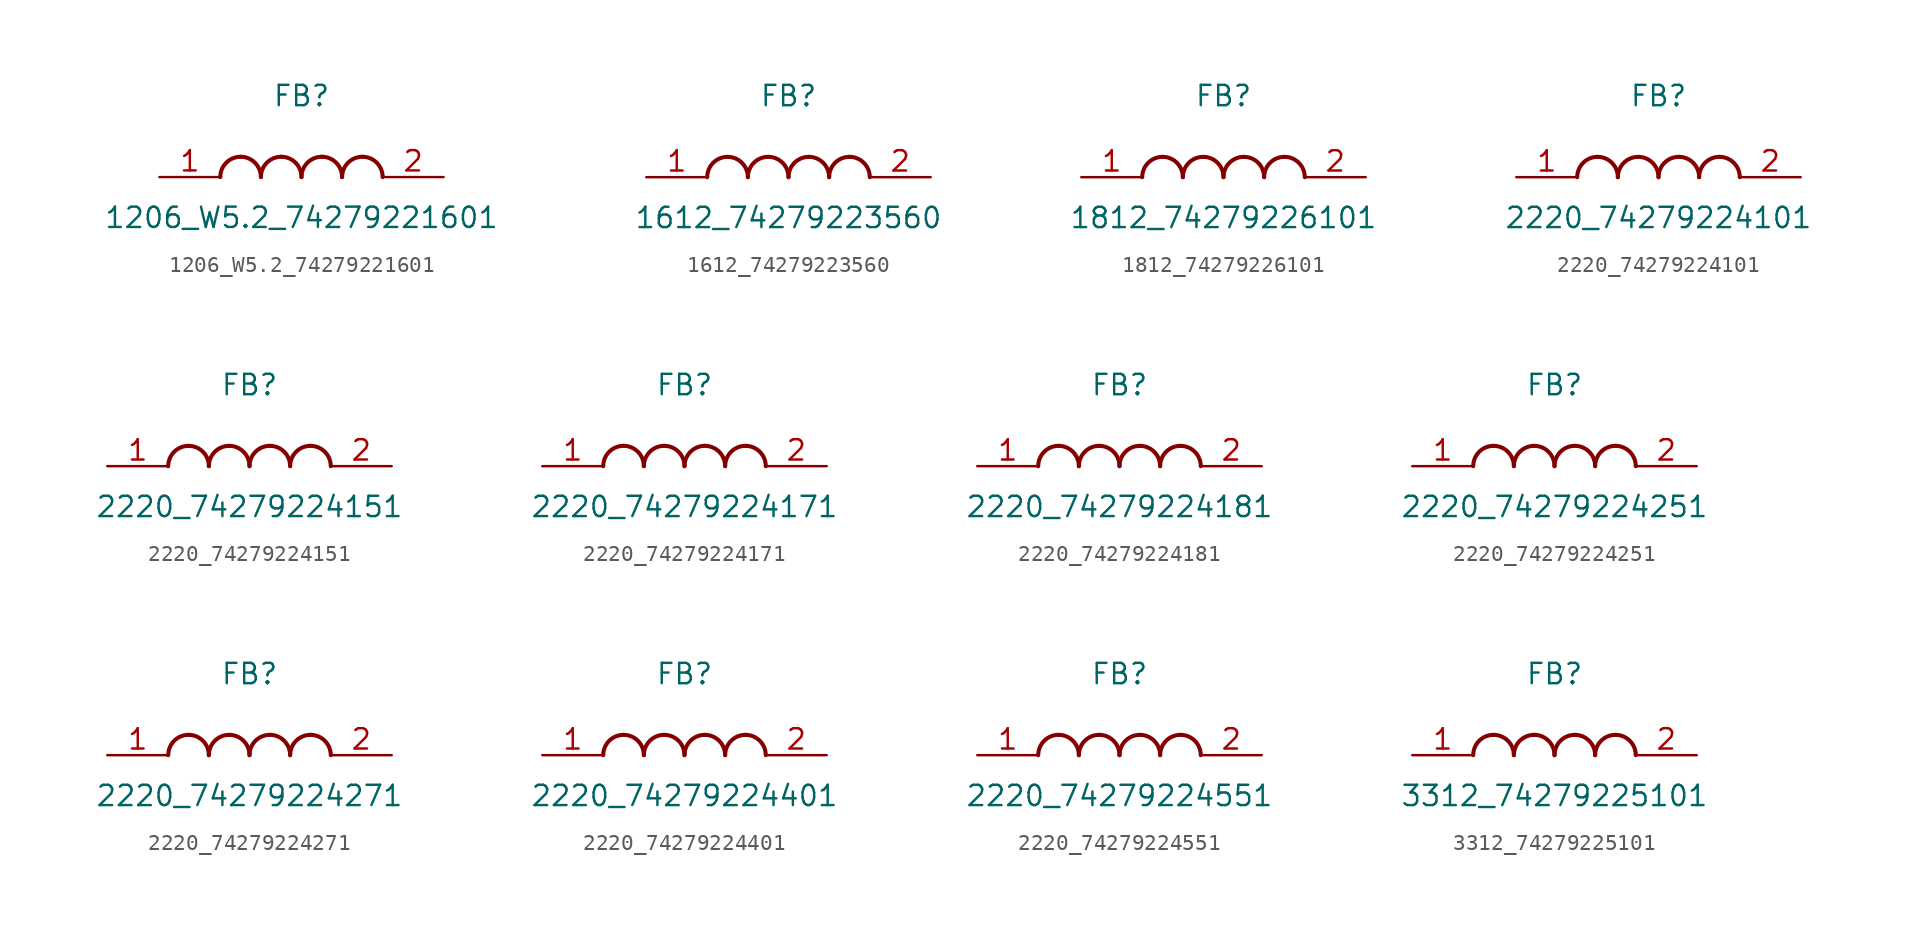
<source format=kicad_sym>
(kicad_symbol_lib
  (version 20211014)
  (generator kicad_symbol_editor)
  (symbol "Ferrite_Wurth_WE-MPSB:1206_W5.2_74279221601"
    (pin_names hide)
    (property "Reference" "FB"
      (at 0 5.08 0)
      (effects (font (size 1.27 1.27))))
    (property "Value" "1206_W5.2_74279221601"
      (at 0 -2.54 0)
      (effects (font (size 1.27 1.27))))
    (symbol "1206_W5.2_74279221601_0_1"
      (arc (start -3.81 1.27) (mid -4.708 0.898) (end -5.08 0) (stroke (width 0.254) (type default)) (fill (type none)))
      (arc (start -2.54 0) (mid -2.912 0.898) (end -3.81 1.27) (stroke (width 0.254) (type default)) (fill (type none)))
      (arc (start -1.2699 1.2701) (mid -2.1679 0.8981) (end -2.5399 0.0001) (stroke (width 0.254) (type default)) (fill (type none)))
      (arc (start 0.0001 0.0001) (mid -0.3719 0.8981) (end -1.2699 1.2701) (stroke (width 0.254) (type default)) (fill (type none)))
      (arc (start 1.2701 1.2701) (mid 0.3721 0.8981) (end 0.0001 0.0001) (stroke (width 0.254) (type default)) (fill (type none)))
      (arc (start 2.5401 0.0001) (mid 2.1681 0.8981) (end 1.2701 1.2701) (stroke (width 0.254) (type default)) (fill (type none)))
      (arc (start 3.8101 1.2701) (mid 2.9121 0.8981) (end 2.5401 0.0001) (stroke (width 0.254) (type default)) (fill (type none)))
      (arc (start 5.0801 0.0001) (mid 4.7081 0.8981) (end 3.8101 1.2701) (stroke (width 0.254) (type default)) (fill (type none))))
    (symbol "1206_W5.2_74279221601_1_1"
      (pin passive line (at -8.89 0 0) (length 3.81) (name "1" (effects (font (size 1.27 1.27)))) (number "1" (effects (font (size 1.27 1.27)))))
      (pin passive line (at 8.89 0 180) (length 3.81) (name "2" (effects (font (size 1.27 1.27)))) (number "2" (effects (font (size 1.27 1.27)))))))
  (symbol "Ferrite_Wurth_WE-MPSB:1612_74279223560"
    (pin_names hide)
    (property "Reference" "FB"
      (at 0 5.08 0)
      (effects (font (size 1.27 1.27))))
    (property "Value" "1612_74279223560"
      (at 0 -2.54 0)
      (effects (font (size 1.27 1.27))))
    (symbol "1612_74279223560_0_1"
      (arc (start -3.81 1.27) (mid -4.708 0.898) (end -5.08 0) (stroke (width 0.254) (type default)) (fill (type none)))
      (arc (start -2.54 0) (mid -2.912 0.898) (end -3.81 1.27) (stroke (width 0.254) (type default)) (fill (type none)))
      (arc (start -1.2699 1.2701) (mid -2.1679 0.8981) (end -2.5399 0.0001) (stroke (width 0.254) (type default)) (fill (type none)))
      (arc (start 0.0001 0.0001) (mid -0.3719 0.8981) (end -1.2699 1.2701) (stroke (width 0.254) (type default)) (fill (type none)))
      (arc (start 1.2701 1.2701) (mid 0.3721 0.8981) (end 0.0001 0.0001) (stroke (width 0.254) (type default)) (fill (type none)))
      (arc (start 2.5401 0.0001) (mid 2.1681 0.8981) (end 1.2701 1.2701) (stroke (width 0.254) (type default)) (fill (type none)))
      (arc (start 3.8101 1.2701) (mid 2.9121 0.8981) (end 2.5401 0.0001) (stroke (width 0.254) (type default)) (fill (type none)))
      (arc (start 5.0801 0.0001) (mid 4.7081 0.8981) (end 3.8101 1.2701) (stroke (width 0.254) (type default)) (fill (type none))))
    (symbol "1612_74279223560_1_1"
      (pin passive line (at -8.89 0 0) (length 3.81) (name "1" (effects (font (size 1.27 1.27)))) (number "1" (effects (font (size 1.27 1.27)))))
      (pin passive line (at 8.89 0 180) (length 3.81) (name "2" (effects (font (size 1.27 1.27)))) (number "2" (effects (font (size 1.27 1.27)))))))
  (symbol "Ferrite_Wurth_WE-MPSB:1812_74279226101"
    (pin_names hide)
    (property "Reference" "FB"
      (at 0 5.08 0)
      (effects (font (size 1.27 1.27))))
    (property "Value" "1812_74279226101"
      (at 0 -2.54 0)
      (effects (font (size 1.27 1.27))))
    (symbol "1812_74279226101_0_1"
      (arc (start -3.81 1.27) (mid -4.708 0.898) (end -5.08 0) (stroke (width 0.254) (type default)) (fill (type none)))
      (arc (start -2.54 0) (mid -2.912 0.898) (end -3.81 1.27) (stroke (width 0.254) (type default)) (fill (type none)))
      (arc (start -1.2699 1.2701) (mid -2.1679 0.8981) (end -2.5399 0.0001) (stroke (width 0.254) (type default)) (fill (type none)))
      (arc (start 0.0001 0.0001) (mid -0.3719 0.8981) (end -1.2699 1.2701) (stroke (width 0.254) (type default)) (fill (type none)))
      (arc (start 1.2701 1.2701) (mid 0.3721 0.8981) (end 0.0001 0.0001) (stroke (width 0.254) (type default)) (fill (type none)))
      (arc (start 2.5401 0.0001) (mid 2.1681 0.8981) (end 1.2701 1.2701) (stroke (width 0.254) (type default)) (fill (type none)))
      (arc (start 3.8101 1.2701) (mid 2.9121 0.8981) (end 2.5401 0.0001) (stroke (width 0.254) (type default)) (fill (type none)))
      (arc (start 5.0801 0.0001) (mid 4.7081 0.8981) (end 3.8101 1.2701) (stroke (width 0.254) (type default)) (fill (type none))))
    (symbol "1812_74279226101_1_1"
      (pin passive line (at -8.89 0 0) (length 3.81) (name "1" (effects (font (size 1.27 1.27)))) (number "1" (effects (font (size 1.27 1.27)))))
      (pin passive line (at 8.89 0 180) (length 3.81) (name "2" (effects (font (size 1.27 1.27)))) (number "2" (effects (font (size 1.27 1.27)))))))
  (symbol "Ferrite_Wurth_WE-MPSB:2220_74279224101"
    (pin_names hide)
    (property "Reference" "FB"
      (at 0 5.08 0)
      (effects (font (size 1.27 1.27))))
    (property "Value" "2220_74279224101"
      (at 0 -2.54 0)
      (effects (font (size 1.27 1.27))))
    (symbol "2220_74279224101_0_1"
      (arc (start -3.81 1.27) (mid -4.708 0.898) (end -5.08 0) (stroke (width 0.254) (type default)) (fill (type none)))
      (arc (start -2.54 0) (mid -2.912 0.898) (end -3.81 1.27) (stroke (width 0.254) (type default)) (fill (type none)))
      (arc (start -1.2699 1.2701) (mid -2.1679 0.8981) (end -2.5399 0.0001) (stroke (width 0.254) (type default)) (fill (type none)))
      (arc (start 0.0001 0.0001) (mid -0.3719 0.8981) (end -1.2699 1.2701) (stroke (width 0.254) (type default)) (fill (type none)))
      (arc (start 1.2701 1.2701) (mid 0.3721 0.8981) (end 0.0001 0.0001) (stroke (width 0.254) (type default)) (fill (type none)))
      (arc (start 2.5401 0.0001) (mid 2.1681 0.8981) (end 1.2701 1.2701) (stroke (width 0.254) (type default)) (fill (type none)))
      (arc (start 3.8101 1.2701) (mid 2.9121 0.8981) (end 2.5401 0.0001) (stroke (width 0.254) (type default)) (fill (type none)))
      (arc (start 5.0801 0.0001) (mid 4.7081 0.8981) (end 3.8101 1.2701) (stroke (width 0.254) (type default)) (fill (type none))))
    (symbol "2220_74279224101_1_1"
      (pin passive line (at -8.89 0 0) (length 3.81) (name "1" (effects (font (size 1.27 1.27)))) (number "1" (effects (font (size 1.27 1.27)))))
      (pin passive line (at 8.89 0 180) (length 3.81) (name "2" (effects (font (size 1.27 1.27)))) (number "2" (effects (font (size 1.27 1.27)))))))
  (symbol "Ferrite_Wurth_WE-MPSB:2220_74279224151"
    (pin_names hide)
    (property "Reference" "FB"
      (at 0 5.08 0)
      (effects (font (size 1.27 1.27))))
    (property "Value" "2220_74279224151"
      (at 0 -2.54 0)
      (effects (font (size 1.27 1.27))))
    (symbol "2220_74279224151_0_1"
      (arc (start -3.81 1.27) (mid -4.708 0.898) (end -5.08 0) (stroke (width 0.254) (type default)) (fill (type none)))
      (arc (start -2.54 0) (mid -2.912 0.898) (end -3.81 1.27) (stroke (width 0.254) (type default)) (fill (type none)))
      (arc (start -1.2699 1.2701) (mid -2.1679 0.8981) (end -2.5399 0.0001) (stroke (width 0.254) (type default)) (fill (type none)))
      (arc (start 0.0001 0.0001) (mid -0.3719 0.8981) (end -1.2699 1.2701) (stroke (width 0.254) (type default)) (fill (type none)))
      (arc (start 1.2701 1.2701) (mid 0.3721 0.8981) (end 0.0001 0.0001) (stroke (width 0.254) (type default)) (fill (type none)))
      (arc (start 2.5401 0.0001) (mid 2.1681 0.8981) (end 1.2701 1.2701) (stroke (width 0.254) (type default)) (fill (type none)))
      (arc (start 3.8101 1.2701) (mid 2.9121 0.8981) (end 2.5401 0.0001) (stroke (width 0.254) (type default)) (fill (type none)))
      (arc (start 5.0801 0.0001) (mid 4.7081 0.8981) (end 3.8101 1.2701) (stroke (width 0.254) (type default)) (fill (type none))))
    (symbol "2220_74279224151_1_1"
      (pin passive line (at -8.89 0 0) (length 3.81) (name "1" (effects (font (size 1.27 1.27)))) (number "1" (effects (font (size 1.27 1.27)))))
      (pin passive line (at 8.89 0 180) (length 3.81) (name "2" (effects (font (size 1.27 1.27)))) (number "2" (effects (font (size 1.27 1.27)))))))
  (symbol "Ferrite_Wurth_WE-MPSB:2220_74279224171"
    (pin_names hide)
    (property "Reference" "FB"
      (at 0 5.08 0)
      (effects (font (size 1.27 1.27))))
    (property "Value" "2220_74279224171"
      (at 0 -2.54 0)
      (effects (font (size 1.27 1.27))))
    (symbol "2220_74279224171_0_1"
      (arc (start -3.81 1.27) (mid -4.708 0.898) (end -5.08 0) (stroke (width 0.254) (type default)) (fill (type none)))
      (arc (start -2.54 0) (mid -2.912 0.898) (end -3.81 1.27) (stroke (width 0.254) (type default)) (fill (type none)))
      (arc (start -1.2699 1.2701) (mid -2.1679 0.8981) (end -2.5399 0.0001) (stroke (width 0.254) (type default)) (fill (type none)))
      (arc (start 0.0001 0.0001) (mid -0.3719 0.8981) (end -1.2699 1.2701) (stroke (width 0.254) (type default)) (fill (type none)))
      (arc (start 1.2701 1.2701) (mid 0.3721 0.8981) (end 0.0001 0.0001) (stroke (width 0.254) (type default)) (fill (type none)))
      (arc (start 2.5401 0.0001) (mid 2.1681 0.8981) (end 1.2701 1.2701) (stroke (width 0.254) (type default)) (fill (type none)))
      (arc (start 3.8101 1.2701) (mid 2.9121 0.8981) (end 2.5401 0.0001) (stroke (width 0.254) (type default)) (fill (type none)))
      (arc (start 5.0801 0.0001) (mid 4.7081 0.8981) (end 3.8101 1.2701) (stroke (width 0.254) (type default)) (fill (type none))))
    (symbol "2220_74279224171_1_1"
      (pin passive line (at -8.89 0 0) (length 3.81) (name "1" (effects (font (size 1.27 1.27)))) (number "1" (effects (font (size 1.27 1.27)))))
      (pin passive line (at 8.89 0 180) (length 3.81) (name "2" (effects (font (size 1.27 1.27)))) (number "2" (effects (font (size 1.27 1.27)))))))
  (symbol "Ferrite_Wurth_WE-MPSB:2220_74279224181"
    (pin_names hide)
    (property "Reference" "FB"
      (at 0 5.08 0)
      (effects (font (size 1.27 1.27))))
    (property "Value" "2220_74279224181"
      (at 0 -2.54 0)
      (effects (font (size 1.27 1.27))))
    (symbol "2220_74279224181_0_1"
      (arc (start -3.81 1.27) (mid -4.708 0.898) (end -5.08 0) (stroke (width 0.254) (type default)) (fill (type none)))
      (arc (start -2.54 0) (mid -2.912 0.898) (end -3.81 1.27) (stroke (width 0.254) (type default)) (fill (type none)))
      (arc (start -1.2699 1.2701) (mid -2.1679 0.8981) (end -2.5399 0.0001) (stroke (width 0.254) (type default)) (fill (type none)))
      (arc (start 0.0001 0.0001) (mid -0.3719 0.8981) (end -1.2699 1.2701) (stroke (width 0.254) (type default)) (fill (type none)))
      (arc (start 1.2701 1.2701) (mid 0.3721 0.8981) (end 0.0001 0.0001) (stroke (width 0.254) (type default)) (fill (type none)))
      (arc (start 2.5401 0.0001) (mid 2.1681 0.8981) (end 1.2701 1.2701) (stroke (width 0.254) (type default)) (fill (type none)))
      (arc (start 3.8101 1.2701) (mid 2.9121 0.8981) (end 2.5401 0.0001) (stroke (width 0.254) (type default)) (fill (type none)))
      (arc (start 5.0801 0.0001) (mid 4.7081 0.8981) (end 3.8101 1.2701) (stroke (width 0.254) (type default)) (fill (type none))))
    (symbol "2220_74279224181_1_1"
      (pin passive line (at -8.89 0 0) (length 3.81) (name "1" (effects (font (size 1.27 1.27)))) (number "1" (effects (font (size 1.27 1.27)))))
      (pin passive line (at 8.89 0 180) (length 3.81) (name "2" (effects (font (size 1.27 1.27)))) (number "2" (effects (font (size 1.27 1.27)))))))
  (symbol "Ferrite_Wurth_WE-MPSB:2220_74279224251"
    (pin_names hide)
    (property "Reference" "FB"
      (at 0 5.08 0)
      (effects (font (size 1.27 1.27))))
    (property "Value" "2220_74279224251"
      (at 0 -2.54 0)
      (effects (font (size 1.27 1.27))))
    (symbol "2220_74279224251_0_1"
      (arc (start -3.81 1.27) (mid -4.708 0.898) (end -5.08 0) (stroke (width 0.254) (type default)) (fill (type none)))
      (arc (start -2.54 0) (mid -2.912 0.898) (end -3.81 1.27) (stroke (width 0.254) (type default)) (fill (type none)))
      (arc (start -1.2699 1.2701) (mid -2.1679 0.8981) (end -2.5399 0.0001) (stroke (width 0.254) (type default)) (fill (type none)))
      (arc (start 0.0001 0.0001) (mid -0.3719 0.8981) (end -1.2699 1.2701) (stroke (width 0.254) (type default)) (fill (type none)))
      (arc (start 1.2701 1.2701) (mid 0.3721 0.8981) (end 0.0001 0.0001) (stroke (width 0.254) (type default)) (fill (type none)))
      (arc (start 2.5401 0.0001) (mid 2.1681 0.8981) (end 1.2701 1.2701) (stroke (width 0.254) (type default)) (fill (type none)))
      (arc (start 3.8101 1.2701) (mid 2.9121 0.8981) (end 2.5401 0.0001) (stroke (width 0.254) (type default)) (fill (type none)))
      (arc (start 5.0801 0.0001) (mid 4.7081 0.8981) (end 3.8101 1.2701) (stroke (width 0.254) (type default)) (fill (type none))))
    (symbol "2220_74279224251_1_1"
      (pin passive line (at -8.89 0 0) (length 3.81) (name "1" (effects (font (size 1.27 1.27)))) (number "1" (effects (font (size 1.27 1.27)))))
      (pin passive line (at 8.89 0 180) (length 3.81) (name "2" (effects (font (size 1.27 1.27)))) (number "2" (effects (font (size 1.27 1.27)))))))
  (symbol "Ferrite_Wurth_WE-MPSB:2220_74279224271"
    (pin_names hide)
    (property "Reference" "FB"
      (at 0 5.08 0)
      (effects (font (size 1.27 1.27))))
    (property "Value" "2220_74279224271"
      (at 0 -2.54 0)
      (effects (font (size 1.27 1.27))))
    (symbol "2220_74279224271_0_1"
      (arc (start -3.81 1.27) (mid -4.708 0.898) (end -5.08 0) (stroke (width 0.254) (type default)) (fill (type none)))
      (arc (start -2.54 0) (mid -2.912 0.898) (end -3.81 1.27) (stroke (width 0.254) (type default)) (fill (type none)))
      (arc (start -1.2699 1.2701) (mid -2.1679 0.8981) (end -2.5399 0.0001) (stroke (width 0.254) (type default)) (fill (type none)))
      (arc (start 0.0001 0.0001) (mid -0.3719 0.8981) (end -1.2699 1.2701) (stroke (width 0.254) (type default)) (fill (type none)))
      (arc (start 1.2701 1.2701) (mid 0.3721 0.8981) (end 0.0001 0.0001) (stroke (width 0.254) (type default)) (fill (type none)))
      (arc (start 2.5401 0.0001) (mid 2.1681 0.8981) (end 1.2701 1.2701) (stroke (width 0.254) (type default)) (fill (type none)))
      (arc (start 3.8101 1.2701) (mid 2.9121 0.8981) (end 2.5401 0.0001) (stroke (width 0.254) (type default)) (fill (type none)))
      (arc (start 5.0801 0.0001) (mid 4.7081 0.8981) (end 3.8101 1.2701) (stroke (width 0.254) (type default)) (fill (type none))))
    (symbol "2220_74279224271_1_1"
      (pin passive line (at -8.89 0 0) (length 3.81) (name "1" (effects (font (size 1.27 1.27)))) (number "1" (effects (font (size 1.27 1.27)))))
      (pin passive line (at 8.89 0 180) (length 3.81) (name "2" (effects (font (size 1.27 1.27)))) (number "2" (effects (font (size 1.27 1.27)))))))
  (symbol "Ferrite_Wurth_WE-MPSB:2220_74279224401"
    (pin_names hide)
    (property "Reference" "FB"
      (at 0 5.08 0)
      (effects (font (size 1.27 1.27))))
    (property "Value" "2220_74279224401"
      (at 0 -2.54 0)
      (effects (font (size 1.27 1.27))))
    (symbol "2220_74279224401_0_1"
      (arc (start -3.81 1.27) (mid -4.708 0.898) (end -5.08 0) (stroke (width 0.254) (type default)) (fill (type none)))
      (arc (start -2.54 0) (mid -2.912 0.898) (end -3.81 1.27) (stroke (width 0.254) (type default)) (fill (type none)))
      (arc (start -1.2699 1.2701) (mid -2.1679 0.8981) (end -2.5399 0.0001) (stroke (width 0.254) (type default)) (fill (type none)))
      (arc (start 0.0001 0.0001) (mid -0.3719 0.8981) (end -1.2699 1.2701) (stroke (width 0.254) (type default)) (fill (type none)))
      (arc (start 1.2701 1.2701) (mid 0.3721 0.8981) (end 0.0001 0.0001) (stroke (width 0.254) (type default)) (fill (type none)))
      (arc (start 2.5401 0.0001) (mid 2.1681 0.8981) (end 1.2701 1.2701) (stroke (width 0.254) (type default)) (fill (type none)))
      (arc (start 3.8101 1.2701) (mid 2.9121 0.8981) (end 2.5401 0.0001) (stroke (width 0.254) (type default)) (fill (type none)))
      (arc (start 5.0801 0.0001) (mid 4.7081 0.8981) (end 3.8101 1.2701) (stroke (width 0.254) (type default)) (fill (type none))))
    (symbol "2220_74279224401_1_1"
      (pin passive line (at -8.89 0 0) (length 3.81) (name "1" (effects (font (size 1.27 1.27)))) (number "1" (effects (font (size 1.27 1.27)))))
      (pin passive line (at 8.89 0 180) (length 3.81) (name "2" (effects (font (size 1.27 1.27)))) (number "2" (effects (font (size 1.27 1.27)))))))
  (symbol "Ferrite_Wurth_WE-MPSB:2220_74279224551"
    (pin_names hide)
    (property "Reference" "FB"
      (at 0 5.08 0)
      (effects (font (size 1.27 1.27))))
    (property "Value" "2220_74279224551"
      (at 0 -2.54 0)
      (effects (font (size 1.27 1.27))))
    (symbol "2220_74279224551_0_1"
      (arc (start -3.81 1.27) (mid -4.708 0.898) (end -5.08 0) (stroke (width 0.254) (type default)) (fill (type none)))
      (arc (start -2.54 0) (mid -2.912 0.898) (end -3.81 1.27) (stroke (width 0.254) (type default)) (fill (type none)))
      (arc (start -1.2699 1.2701) (mid -2.1679 0.8981) (end -2.5399 0.0001) (stroke (width 0.254) (type default)) (fill (type none)))
      (arc (start 0.0001 0.0001) (mid -0.3719 0.8981) (end -1.2699 1.2701) (stroke (width 0.254) (type default)) (fill (type none)))
      (arc (start 1.2701 1.2701) (mid 0.3721 0.8981) (end 0.0001 0.0001) (stroke (width 0.254) (type default)) (fill (type none)))
      (arc (start 2.5401 0.0001) (mid 2.1681 0.8981) (end 1.2701 1.2701) (stroke (width 0.254) (type default)) (fill (type none)))
      (arc (start 3.8101 1.2701) (mid 2.9121 0.8981) (end 2.5401 0.0001) (stroke (width 0.254) (type default)) (fill (type none)))
      (arc (start 5.0801 0.0001) (mid 4.7081 0.8981) (end 3.8101 1.2701) (stroke (width 0.254) (type default)) (fill (type none))))
    (symbol "2220_74279224551_1_1"
      (pin passive line (at -8.89 0 0) (length 3.81) (name "1" (effects (font (size 1.27 1.27)))) (number "1" (effects (font (size 1.27 1.27)))))
      (pin passive line (at 8.89 0 180) (length 3.81) (name "2" (effects (font (size 1.27 1.27)))) (number "2" (effects (font (size 1.27 1.27)))))))
  (symbol "Ferrite_Wurth_WE-MPSB:3312_74279225101"
    (pin_names hide)
    (property "Reference" "FB"
      (at 0 5.08 0)
      (effects (font (size 1.27 1.27))))
    (property "Value" "3312_74279225101"
      (at 0 -2.54 0)
      (effects (font (size 1.27 1.27))))
    (symbol "3312_74279225101_0_1"
      (arc (start -3.81 1.27) (mid -4.708 0.898) (end -5.08 0) (stroke (width 0.254) (type default)) (fill (type none)))
      (arc (start -2.54 0) (mid -2.912 0.898) (end -3.81 1.27) (stroke (width 0.254) (type default)) (fill (type none)))
      (arc (start -1.2699 1.2701) (mid -2.1679 0.8981) (end -2.5399 0.0001) (stroke (width 0.254) (type default)) (fill (type none)))
      (arc (start 0.0001 0.0001) (mid -0.3719 0.8981) (end -1.2699 1.2701) (stroke (width 0.254) (type default)) (fill (type none)))
      (arc (start 1.2701 1.2701) (mid 0.3721 0.8981) (end 0.0001 0.0001) (stroke (width 0.254) (type default)) (fill (type none)))
      (arc (start 2.5401 0.0001) (mid 2.1681 0.8981) (end 1.2701 1.2701) (stroke (width 0.254) (type default)) (fill (type none)))
      (arc (start 3.8101 1.2701) (mid 2.9121 0.8981) (end 2.5401 0.0001) (stroke (width 0.254) (type default)) (fill (type none)))
      (arc (start 5.0801 0.0001) (mid 4.7081 0.8981) (end 3.8101 1.2701) (stroke (width 0.254) (type default)) (fill (type none))))
    (symbol "3312_74279225101_1_1"
      (pin passive line (at -8.89 0 0) (length 3.81) (name "1" (effects (font (size 1.27 1.27)))) (number "1" (effects (font (size 1.27 1.27)))))
      (pin passive line (at 8.89 0 180) (length 3.81) (name "2" (effects (font (size 1.27 1.27)))) (number "2" (effects (font (size 1.27 1.27))))))))
</source>
